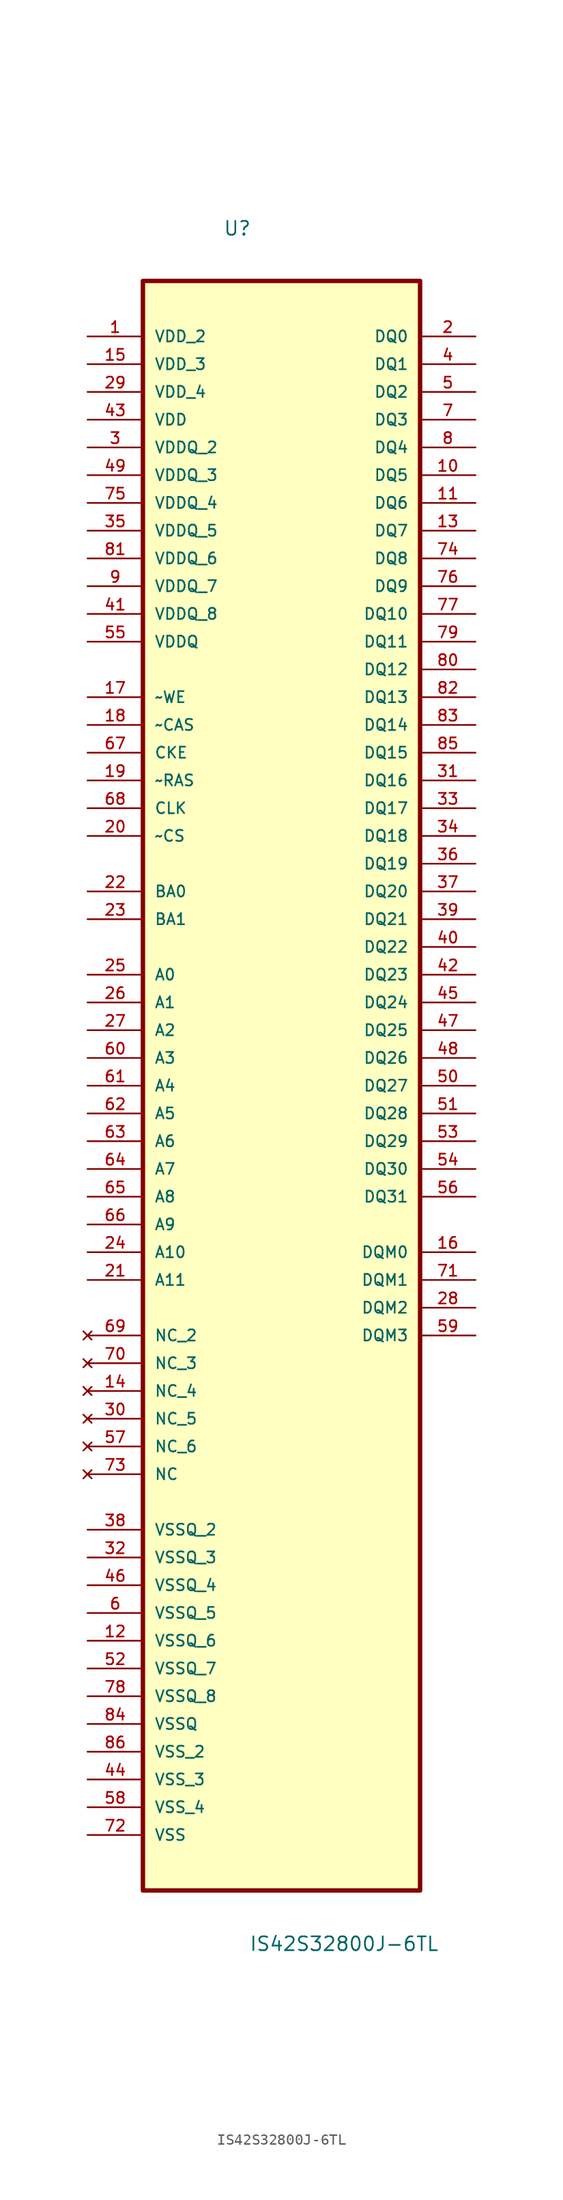
<source format=kicad_sym>
(kicad_symbol_lib
  (version 20211014)
  (generator kicad_symbol_editor)
  (symbol "IS42S32800J-6TL"
    (pin_names
      (offset 1.016))
    (property "Reference" "U"
      (at -5.361 75.182 0.0)
      (effects (font (size 1.27 1.27)) (justify bottom left)))
    (property "Value" "IS42S32800J-6TL"
      (at -2.979 -81.829 0.0)
      (effects (font (size 1.27 1.27)) (justify bottom left)))
    (symbol "IS42S32800J-6TL_0_0"
      (rectangle (start -12.7 -76.2) (end 12.7 71.12) (stroke (width 0.406)) (fill (type background)))
      (pin power_in line (at -17.78 66.04 0) (length 5.08) (name "VDD_2" (effects (font (size 1.016 1.016)))) (number "1" (effects (font (size 1.016 1.016)))))
      (pin power_in line (at -17.78 63.5 0) (length 5.08) (name "VDD_3" (effects (font (size 1.016 1.016)))) (number "15" (effects (font (size 1.016 1.016)))))
      (pin power_in line (at -17.78 60.96 0) (length 5.08) (name "VDD_4" (effects (font (size 1.016 1.016)))) (number "29" (effects (font (size 1.016 1.016)))))
      (pin power_in line (at -17.78 58.42 0) (length 5.08) (name "VDD" (effects (font (size 1.016 1.016)))) (number "43" (effects (font (size 1.016 1.016)))))
      (pin power_in line (at -17.78 55.88 0) (length 5.08) (name "VDDQ_2" (effects (font (size 1.016 1.016)))) (number "3" (effects (font (size 1.016 1.016)))))
      (pin power_in line (at -17.78 53.34 0) (length 5.08) (name "VDDQ_3" (effects (font (size 1.016 1.016)))) (number "49" (effects (font (size 1.016 1.016)))))
      (pin power_in line (at -17.78 50.8 0) (length 5.08) (name "VDDQ_4" (effects (font (size 1.016 1.016)))) (number "75" (effects (font (size 1.016 1.016)))))
      (pin power_in line (at -17.78 48.26 0) (length 5.08) (name "VDDQ_5" (effects (font (size 1.016 1.016)))) (number "35" (effects (font (size 1.016 1.016)))))
      (pin power_in line (at -17.78 45.72 0) (length 5.08) (name "VDDQ_6" (effects (font (size 1.016 1.016)))) (number "81" (effects (font (size 1.016 1.016)))))
      (pin power_in line (at -17.78 43.18 0) (length 5.08) (name "VDDQ_7" (effects (font (size 1.016 1.016)))) (number "9" (effects (font (size 1.016 1.016)))))
      (pin power_in line (at -17.78 40.64 0) (length 5.08) (name "VDDQ_8" (effects (font (size 1.016 1.016)))) (number "41" (effects (font (size 1.016 1.016)))))
      (pin power_in line (at -17.78 38.1 0) (length 5.08) (name "VDDQ" (effects (font (size 1.016 1.016)))) (number "55" (effects (font (size 1.016 1.016)))))
      (pin input line (at -17.78 33.02 0) (length 5.08) (name "~WE" (effects (font (size 1.016 1.016)))) (number "17" (effects (font (size 1.016 1.016)))))
      (pin input line (at -17.78 30.48 0) (length 5.08) (name "~CAS" (effects (font (size 1.016 1.016)))) (number "18" (effects (font (size 1.016 1.016)))))
      (pin input line (at -17.78 27.94 0) (length 5.08) (name "CKE" (effects (font (size 1.016 1.016)))) (number "67" (effects (font (size 1.016 1.016)))))
      (pin input line (at -17.78 25.4 0) (length 5.08) (name "~RAS" (effects (font (size 1.016 1.016)))) (number "19" (effects (font (size 1.016 1.016)))))
      (pin input line (at -17.78 22.86 0) (length 5.08) (name "CLK" (effects (font (size 1.016 1.016)))) (number "68" (effects (font (size 1.016 1.016)))))
      (pin input line (at -17.78 20.32 0) (length 5.08) (name "~CS" (effects (font (size 1.016 1.016)))) (number "20" (effects (font (size 1.016 1.016)))))
      (pin input line (at -17.78 15.24 0) (length 5.08) (name "BA0" (effects (font (size 1.016 1.016)))) (number "22" (effects (font (size 1.016 1.016)))))
      (pin input line (at -17.78 12.7 0) (length 5.08) (name "BA1" (effects (font (size 1.016 1.016)))) (number "23" (effects (font (size 1.016 1.016)))))
      (pin input line (at -17.78 7.62 0) (length 5.08) (name "A0" (effects (font (size 1.016 1.016)))) (number "25" (effects (font (size 1.016 1.016)))))
      (pin input line (at -17.78 5.08 0) (length 5.08) (name "A1" (effects (font (size 1.016 1.016)))) (number "26" (effects (font (size 1.016 1.016)))))
      (pin input line (at -17.78 2.54 0) (length 5.08) (name "A2" (effects (font (size 1.016 1.016)))) (number "27" (effects (font (size 1.016 1.016)))))
      (pin input line (at -17.78 0.0 0) (length 5.08) (name "A3" (effects (font (size 1.016 1.016)))) (number "60" (effects (font (size 1.016 1.016)))))
      (pin input line (at -17.78 -2.54 0) (length 5.08) (name "A4" (effects (font (size 1.016 1.016)))) (number "61" (effects (font (size 1.016 1.016)))))
      (pin input line (at -17.78 -5.08 0) (length 5.08) (name "A5" (effects (font (size 1.016 1.016)))) (number "62" (effects (font (size 1.016 1.016)))))
      (pin input line (at -17.78 -7.62 0) (length 5.08) (name "A6" (effects (font (size 1.016 1.016)))) (number "63" (effects (font (size 1.016 1.016)))))
      (pin input line (at -17.78 -10.16 0) (length 5.08) (name "A7" (effects (font (size 1.016 1.016)))) (number "64" (effects (font (size 1.016 1.016)))))
      (pin input line (at -17.78 -12.7 0) (length 5.08) (name "A8" (effects (font (size 1.016 1.016)))) (number "65" (effects (font (size 1.016 1.016)))))
      (pin input line (at -17.78 -15.24 0) (length 5.08) (name "A9" (effects (font (size 1.016 1.016)))) (number "66" (effects (font (size 1.016 1.016)))))
      (pin input line (at -17.78 -17.78 0) (length 5.08) (name "A10" (effects (font (size 1.016 1.016)))) (number "24" (effects (font (size 1.016 1.016)))))
      (pin input line (at -17.78 -20.32 0) (length 5.08) (name "A11" (effects (font (size 1.016 1.016)))) (number "21" (effects (font (size 1.016 1.016)))))
      (pin no_connect line (at -17.78 -25.4 0) (length 5.08) (name "NC_2" (effects (font (size 1.016 1.016)))) (number "69" (effects (font (size 1.016 1.016)))))
      (pin no_connect line (at -17.78 -27.94 0) (length 5.08) (name "NC_3" (effects (font (size 1.016 1.016)))) (number "70" (effects (font (size 1.016 1.016)))))
      (pin no_connect line (at -17.78 -30.48 0) (length 5.08) (name "NC_4" (effects (font (size 1.016 1.016)))) (number "14" (effects (font (size 1.016 1.016)))))
      (pin no_connect line (at -17.78 -33.02 0) (length 5.08) (name "NC_5" (effects (font (size 1.016 1.016)))) (number "30" (effects (font (size 1.016 1.016)))))
      (pin no_connect line (at -17.78 -35.56 0) (length 5.08) (name "NC_6" (effects (font (size 1.016 1.016)))) (number "57" (effects (font (size 1.016 1.016)))))
      (pin no_connect line (at -17.78 -38.1 0) (length 5.08) (name "NC" (effects (font (size 1.016 1.016)))) (number "73" (effects (font (size 1.016 1.016)))))
      (pin power_in line (at -17.78 -43.18 0) (length 5.08) (name "VSSQ_2" (effects (font (size 1.016 1.016)))) (number "38" (effects (font (size 1.016 1.016)))))
      (pin power_in line (at -17.78 -45.72 0) (length 5.08) (name "VSSQ_3" (effects (font (size 1.016 1.016)))) (number "32" (effects (font (size 1.016 1.016)))))
      (pin power_in line (at -17.78 -48.26 0) (length 5.08) (name "VSSQ_4" (effects (font (size 1.016 1.016)))) (number "46" (effects (font (size 1.016 1.016)))))
      (pin power_in line (at -17.78 -50.8 0) (length 5.08) (name "VSSQ_5" (effects (font (size 1.016 1.016)))) (number "6" (effects (font (size 1.016 1.016)))))
      (pin power_in line (at -17.78 -53.34 0) (length 5.08) (name "VSSQ_6" (effects (font (size 1.016 1.016)))) (number "12" (effects (font (size 1.016 1.016)))))
      (pin power_in line (at -17.78 -55.88 0) (length 5.08) (name "VSSQ_7" (effects (font (size 1.016 1.016)))) (number "52" (effects (font (size 1.016 1.016)))))
      (pin power_in line (at -17.78 -58.42 0) (length 5.08) (name "VSSQ_8" (effects (font (size 1.016 1.016)))) (number "78" (effects (font (size 1.016 1.016)))))
      (pin power_in line (at -17.78 -60.96 0) (length 5.08) (name "VSSQ" (effects (font (size 1.016 1.016)))) (number "84" (effects (font (size 1.016 1.016)))))
      (pin power_in line (at -17.78 -63.5 0) (length 5.08) (name "VSS_2" (effects (font (size 1.016 1.016)))) (number "86" (effects (font (size 1.016 1.016)))))
      (pin power_in line (at -17.78 -66.04 0) (length 5.08) (name "VSS_3" (effects (font (size 1.016 1.016)))) (number "44" (effects (font (size 1.016 1.016)))))
      (pin power_in line (at -17.78 -68.58 0) (length 5.08) (name "VSS_4" (effects (font (size 1.016 1.016)))) (number "58" (effects (font (size 1.016 1.016)))))
      (pin power_in line (at -17.78 -71.12 0) (length 5.08) (name "VSS" (effects (font (size 1.016 1.016)))) (number "72" (effects (font (size 1.016 1.016)))))
      (pin bidirectional line (at 17.78 66.04 180.0) (length 5.08) (name "DQ0" (effects (font (size 1.016 1.016)))) (number "2" (effects (font (size 1.016 1.016)))))
      (pin bidirectional line (at 17.78 63.5 180.0) (length 5.08) (name "DQ1" (effects (font (size 1.016 1.016)))) (number "4" (effects (font (size 1.016 1.016)))))
      (pin bidirectional line (at 17.78 60.96 180.0) (length 5.08) (name "DQ2" (effects (font (size 1.016 1.016)))) (number "5" (effects (font (size 1.016 1.016)))))
      (pin bidirectional line (at 17.78 58.42 180.0) (length 5.08) (name "DQ3" (effects (font (size 1.016 1.016)))) (number "7" (effects (font (size 1.016 1.016)))))
      (pin bidirectional line (at 17.78 55.88 180.0) (length 5.08) (name "DQ4" (effects (font (size 1.016 1.016)))) (number "8" (effects (font (size 1.016 1.016)))))
      (pin bidirectional line (at 17.78 53.34 180.0) (length 5.08) (name "DQ5" (effects (font (size 1.016 1.016)))) (number "10" (effects (font (size 1.016 1.016)))))
      (pin bidirectional line (at 17.78 50.8 180.0) (length 5.08) (name "DQ6" (effects (font (size 1.016 1.016)))) (number "11" (effects (font (size 1.016 1.016)))))
      (pin bidirectional line (at 17.78 48.26 180.0) (length 5.08) (name "DQ7" (effects (font (size 1.016 1.016)))) (number "13" (effects (font (size 1.016 1.016)))))
      (pin bidirectional line (at 17.78 45.72 180.0) (length 5.08) (name "DQ8" (effects (font (size 1.016 1.016)))) (number "74" (effects (font (size 1.016 1.016)))))
      (pin bidirectional line (at 17.78 43.18 180.0) (length 5.08) (name "DQ9" (effects (font (size 1.016 1.016)))) (number "76" (effects (font (size 1.016 1.016)))))
      (pin bidirectional line (at 17.78 40.64 180.0) (length 5.08) (name "DQ10" (effects (font (size 1.016 1.016)))) (number "77" (effects (font (size 1.016 1.016)))))
      (pin bidirectional line (at 17.78 38.1 180.0) (length 5.08) (name "DQ11" (effects (font (size 1.016 1.016)))) (number "79" (effects (font (size 1.016 1.016)))))
      (pin bidirectional line (at 17.78 35.56 180.0) (length 5.08) (name "DQ12" (effects (font (size 1.016 1.016)))) (number "80" (effects (font (size 1.016 1.016)))))
      (pin bidirectional line (at 17.78 33.02 180.0) (length 5.08) (name "DQ13" (effects (font (size 1.016 1.016)))) (number "82" (effects (font (size 1.016 1.016)))))
      (pin bidirectional line (at 17.78 30.48 180.0) (length 5.08) (name "DQ14" (effects (font (size 1.016 1.016)))) (number "83" (effects (font (size 1.016 1.016)))))
      (pin bidirectional line (at 17.78 27.94 180.0) (length 5.08) (name "DQ15" (effects (font (size 1.016 1.016)))) (number "85" (effects (font (size 1.016 1.016)))))
      (pin bidirectional line (at 17.78 25.4 180.0) (length 5.08) (name "DQ16" (effects (font (size 1.016 1.016)))) (number "31" (effects (font (size 1.016 1.016)))))
      (pin bidirectional line (at 17.78 22.86 180.0) (length 5.08) (name "DQ17" (effects (font (size 1.016 1.016)))) (number "33" (effects (font (size 1.016 1.016)))))
      (pin bidirectional line (at 17.78 20.32 180.0) (length 5.08) (name "DQ18" (effects (font (size 1.016 1.016)))) (number "34" (effects (font (size 1.016 1.016)))))
      (pin bidirectional line (at 17.78 17.78 180.0) (length 5.08) (name "DQ19" (effects (font (size 1.016 1.016)))) (number "36" (effects (font (size 1.016 1.016)))))
      (pin bidirectional line (at 17.78 15.24 180.0) (length 5.08) (name "DQ20" (effects (font (size 1.016 1.016)))) (number "37" (effects (font (size 1.016 1.016)))))
      (pin bidirectional line (at 17.78 12.7 180.0) (length 5.08) (name "DQ21" (effects (font (size 1.016 1.016)))) (number "39" (effects (font (size 1.016 1.016)))))
      (pin bidirectional line (at 17.78 10.16 180.0) (length 5.08) (name "DQ22" (effects (font (size 1.016 1.016)))) (number "40" (effects (font (size 1.016 1.016)))))
      (pin bidirectional line (at 17.78 7.62 180.0) (length 5.08) (name "DQ23" (effects (font (size 1.016 1.016)))) (number "42" (effects (font (size 1.016 1.016)))))
      (pin bidirectional line (at 17.78 5.08 180.0) (length 5.08) (name "DQ24" (effects (font (size 1.016 1.016)))) (number "45" (effects (font (size 1.016 1.016)))))
      (pin bidirectional line (at 17.78 2.54 180.0) (length 5.08) (name "DQ25" (effects (font (size 1.016 1.016)))) (number "47" (effects (font (size 1.016 1.016)))))
      (pin bidirectional line (at 17.78 0.0 180.0) (length 5.08) (name "DQ26" (effects (font (size 1.016 1.016)))) (number "48" (effects (font (size 1.016 1.016)))))
      (pin bidirectional line (at 17.78 -2.54 180.0) (length 5.08) (name "DQ27" (effects (font (size 1.016 1.016)))) (number "50" (effects (font (size 1.016 1.016)))))
      (pin bidirectional line (at 17.78 -5.08 180.0) (length 5.08) (name "DQ28" (effects (font (size 1.016 1.016)))) (number "51" (effects (font (size 1.016 1.016)))))
      (pin bidirectional line (at 17.78 -7.62 180.0) (length 5.08) (name "DQ29" (effects (font (size 1.016 1.016)))) (number "53" (effects (font (size 1.016 1.016)))))
      (pin bidirectional line (at 17.78 -10.16 180.0) (length 5.08) (name "DQ30" (effects (font (size 1.016 1.016)))) (number "54" (effects (font (size 1.016 1.016)))))
      (pin bidirectional line (at 17.78 -12.7 180.0) (length 5.08) (name "DQ31" (effects (font (size 1.016 1.016)))) (number "56" (effects (font (size 1.016 1.016)))))
      (pin bidirectional line (at 17.78 -17.78 180.0) (length 5.08) (name "DQM0" (effects (font (size 1.016 1.016)))) (number "16" (effects (font (size 1.016 1.016)))))
      (pin bidirectional line (at 17.78 -20.32 180.0) (length 5.08) (name "DQM1" (effects (font (size 1.016 1.016)))) (number "71" (effects (font (size 1.016 1.016)))))
      (pin bidirectional line (at 17.78 -22.86 180.0) (length 5.08) (name "DQM2" (effects (font (size 1.016 1.016)))) (number "28" (effects (font (size 1.016 1.016)))))
      (pin bidirectional line (at 17.78 -25.4 180.0) (length 5.08) (name "DQM3" (effects (font (size 1.016 1.016)))) (number "59" (effects (font (size 1.016 1.016))))))))
</source>
